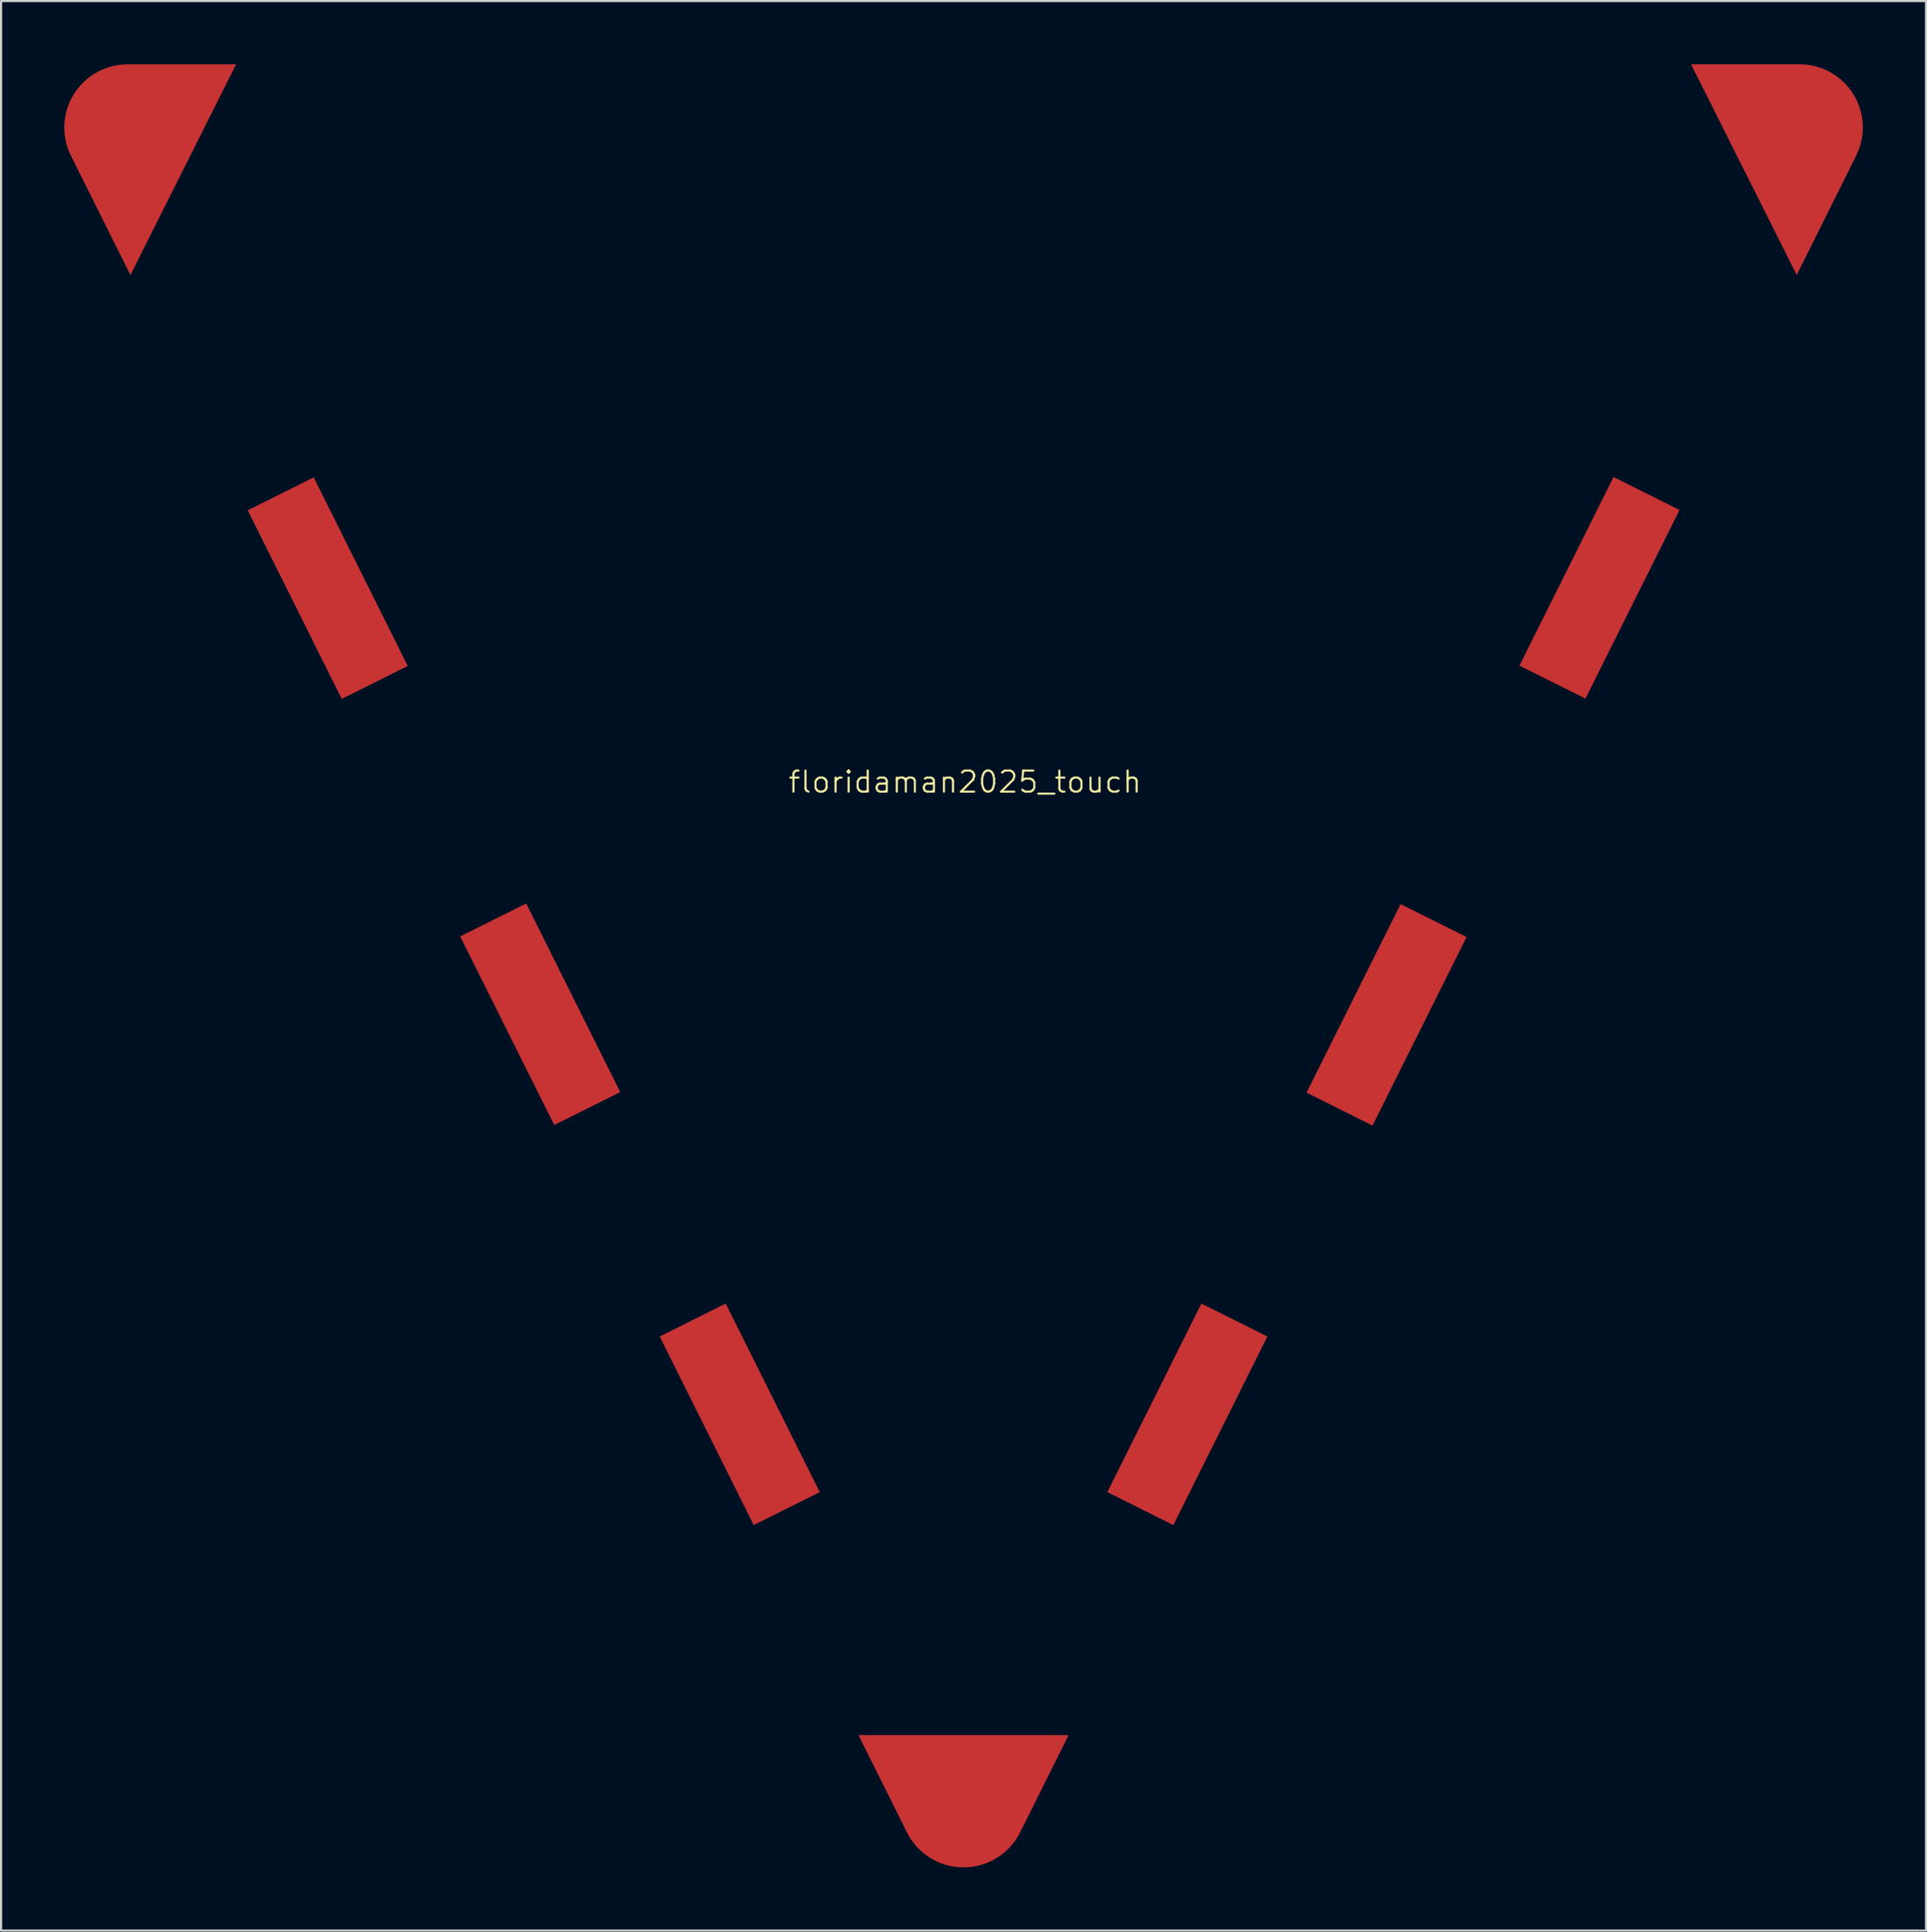
<source format=kicad_pcb>
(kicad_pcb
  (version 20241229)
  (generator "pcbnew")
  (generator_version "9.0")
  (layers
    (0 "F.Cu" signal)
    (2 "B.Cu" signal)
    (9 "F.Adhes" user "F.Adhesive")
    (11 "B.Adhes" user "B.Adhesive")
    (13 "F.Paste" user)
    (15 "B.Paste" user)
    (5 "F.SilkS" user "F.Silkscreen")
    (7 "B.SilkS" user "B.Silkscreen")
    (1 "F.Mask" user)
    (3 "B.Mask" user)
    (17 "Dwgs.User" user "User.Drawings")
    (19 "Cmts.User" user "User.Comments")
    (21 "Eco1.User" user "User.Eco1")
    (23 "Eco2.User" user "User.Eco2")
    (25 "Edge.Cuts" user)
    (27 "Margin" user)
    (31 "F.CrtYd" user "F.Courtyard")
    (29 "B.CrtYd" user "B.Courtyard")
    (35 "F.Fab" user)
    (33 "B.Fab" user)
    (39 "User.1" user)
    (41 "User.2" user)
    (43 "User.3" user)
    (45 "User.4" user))
  (footprint "floridaman2025_touch"
    (layer "F.Cu")
    (at 42.743 34.562)
    (property "Reference" "floridaman2025_touch" (at 0 -0.5 0) (unlocked yes) (layer "F.SilkS") (effects (font (size 1 1) (thickness 0.1))))
    (attr smd)
    (pad "1" smd custom (at -37.651 -29.896 63.5) (size 1.905 1.27) (layers "F.Cu" "F.Mask" "F.Paste") (options (anchor rect)) (primitives (gr_poly (pts (xy -1.841 -4.419) (xy -1.72 -4.57) (xy -1.59 -4.712) (xy -1.451 -4.845) (xy -1.306 -4.968) (xy -1.153 -5.08) (xy -0.994 -5.183) (xy -0.83 -5.276) (xy -0.66 -5.357) (xy -0.485 -5.428) (xy -0.306 -5.488) (xy -0.123 -5.537) (xy 0.063 -5.574) (xy 0.252 -5.599) (xy 0.443 -5.612) (xy 0.635 -5.613) (xy 0.829 -5.601) (xy 1.022 -5.577) (xy 1.211 -5.541) (xy 1.396 -5.494) (xy 1.577 -5.434) (xy 1.753 -5.364) (xy 1.924 -5.283) (xy 2.089 -5.192) (xy 2.248 -5.09) (xy 2.401 -4.979) (xy 2.546 -4.858) (xy 2.683 -4.728) (xy 2.813 -4.589) (xy 2.933 -4.442) (xy 3.045 -4.287) (xy 3.147 -4.123) (xy 3.239 -3.953) (xy 5.538 0.658) (xy -5.648 0.633)) (width 0) (fill yes))))
    (pad "2" smd custom (at -29.292 -10.23 296.5) (size 1.905 1.27) (layers "F.Cu" "F.Mask" "F.Paste") (options (anchor rect)) (primitives (gr_poly (pts (xy 5.05 -0.663) (xy -4.95 -0.663) (xy -4.95 2.837) (xy 5.05 2.837)) (width 0) (fill yes))))
    (pad "3" smd custom (at -19.079 10.303 296.5) (size 1.905 1.27) (layers "F.Cu" "F.Mask" "F.Paste") (options (anchor rect)) (primitives (gr_poly (pts (xy 4.715 -0.685) (xy -5.285 -0.685) (xy -5.285 2.815) (xy 4.715 2.815)) (width 0) (fill yes))))
    (pad "4" smd custom (at -9.882 29.05 296.5) (size 1.905 1.27) (layers "F.Cu" "F.Mask" "F.Paste") (options (anchor rect)) (primitives (gr_poly (pts (xy 5.05 -0.82) (xy -4.95 -0.82) (xy -4.95 2.68) (xy 5.05 2.68)) (width 0) (fill yes))))
    (pad "5" smd custom (at -0.089 45.369) (size 1.905 1.27) (layers "F.Cu" "F.Mask" "F.Paste") (options (anchor rect)) (primitives (gr_poly (pts (xy -0.089 5.64) (xy -0.194 5.634) (xy -0.299 5.625) (xy -0.403 5.612) (xy -0.507 5.596) (xy -0.609 5.576) (xy -0.71 5.552) (xy -0.81 5.525) (xy -0.909 5.495) (xy -1.007 5.462) (xy -1.103 5.425) (xy -1.198 5.385) (xy -1.291 5.341) (xy -1.383 5.295) (xy -1.473 5.245) (xy -1.561 5.193) (xy -1.647 5.137) (xy -1.732 5.079) (xy -1.814 5.018) (xy -1.894 4.954) (xy -1.973 4.887) (xy -2.048 4.817) (xy -2.122 4.745) (xy -2.193 4.67) (xy -2.262 4.592) (xy -2.328 4.512) (xy -2.392 4.429) (xy -2.453 4.344) (xy -2.511 4.257) (xy -2.566 4.167) (xy -2.618 4.075) (xy -2.667 3.981) (xy -4.968 -0.635) (xy 0.018 -0.635) (xy 5.004 -0.635) (xy 2.703 3.981) (xy 2.601 4.167) (xy 2.488 4.344) (xy 2.364 4.512) (xy 2.229 4.67) (xy 2.084 4.817) (xy 1.93 4.954) (xy 1.767 5.079) (xy 1.596 5.193) (xy 1.418 5.295) (xy 1.233 5.385) (xy 1.042 5.462) (xy 0.846 5.525) (xy 0.644 5.576) (xy 0.439 5.612) (xy 0.23 5.634) (xy 0.018 5.642)) (width 0) (fill yes))))
    (pad "6" smd custom (at 9.81 28.86 63.5) (size 1.905 1.27) (layers "F.Cu" "F.Mask" "F.Paste") (options (anchor rect)) (primitives (gr_poly (pts (xy 4.748 2.702) (xy -5.252 2.702) (xy -5.251 -0.798) (xy 4.749 -0.798)) (width 0) (fill yes))))
    (pad "7" smd custom (at 19.572 10.431 63.5) (size 1.905 1.27) (layers "F.Cu" "F.Mask" "F.Paste") (options (anchor rect)) (primitives (gr_poly (pts (xy 5.084 2.189) (xy -4.916 2.188) (xy -4.915 -1.312) (xy 5.085 -1.311)) (width 0) (fill yes))))
    (pad "8" smd custom (at 29.867 -10.186 63.5) (size 1.905 1.27) (layers "F.Cu" "F.Mask" "F.Paste") (options (anchor rect)) (primitives (gr_poly (pts (xy 4.686 2.175) (xy -5.314 2.174) (xy -5.313 -1.326) (xy 4.687 -1.325)) (width 0) (fill yes))))
    (pad "9" smd custom (at 37.192 -30.508 116.6) (size 1.905 1.27) (layers "F.Cu" "F.Mask" "F.Paste") (options (anchor rect)) (primitives (gr_poly (pts (xy -2.536 4.429) (xy -2.415 4.58) (xy -2.285 4.722) (xy -2.147 4.855) (xy -2.002 4.978) (xy -1.85 5.091) (xy -1.691 5.194) (xy -1.526 5.287) (xy -1.356 5.369) (xy -1.182 5.44) (xy -1.003 5.5) (xy -0.82 5.549) (xy -0.634 5.586) (xy -0.445 5.612) (xy -0.254 5.625) (xy -0.062 5.627) (xy 0.132 5.615) (xy 0.324 5.592) (xy 0.514 5.556) (xy 0.699 5.509) (xy 0.88 5.45) (xy 1.057 5.38) (xy 1.228 5.299) (xy 1.393 5.208) (xy 1.552 5.107) (xy 1.705 4.995) (xy 1.85 4.875) (xy 1.988 4.745) (xy 2.117 4.607) (xy 2.238 4.46) (xy 2.35 4.304) (xy 2.453 4.141) (xy 2.545 3.971) (xy 4.852 -0.636) (xy -6.335 -0.63)) (width 0) (fill yes)))))
  (gr_rect
    (start -3 -3)
    (end 88.345 88.573)
    (stroke (width 0.1) (type default))
    (fill no)
    (layer "Edge.Cuts")))
</source>
